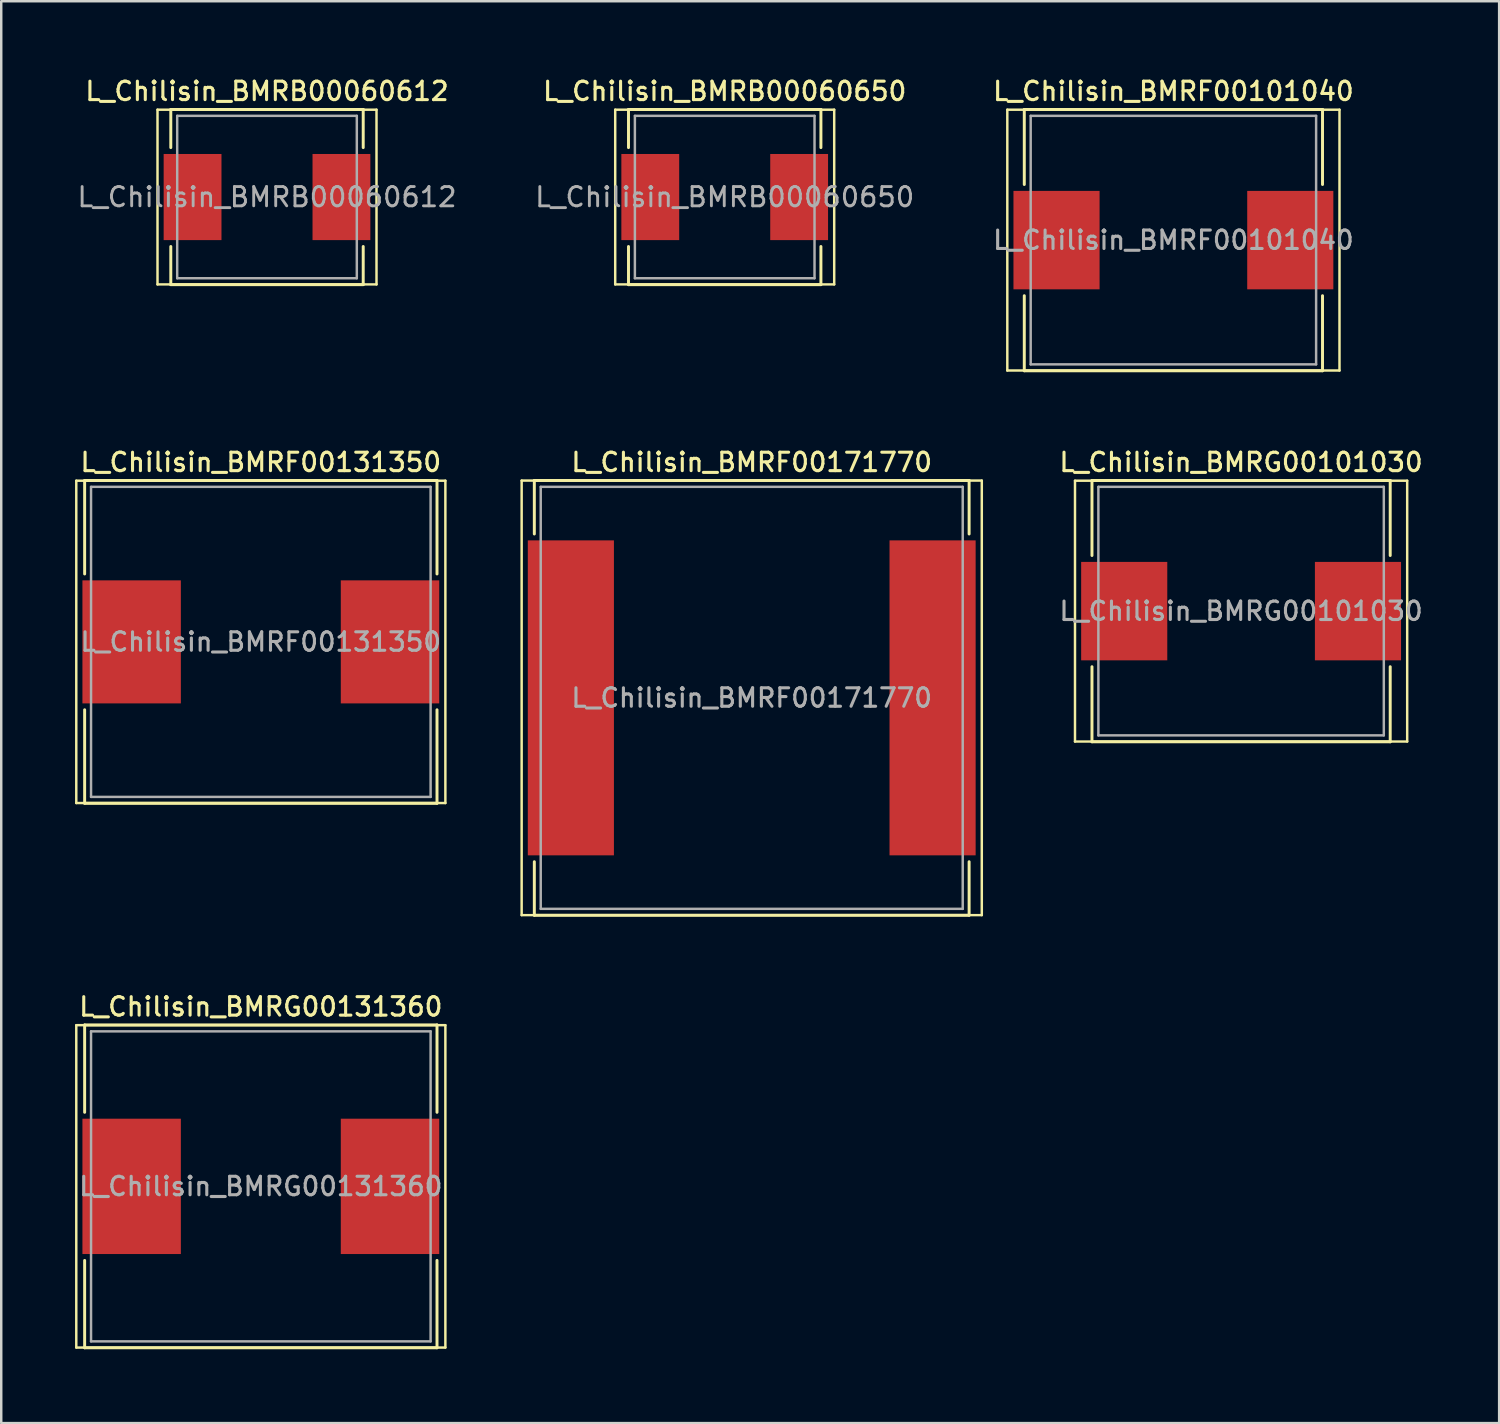
<source format=kicad_pcb>
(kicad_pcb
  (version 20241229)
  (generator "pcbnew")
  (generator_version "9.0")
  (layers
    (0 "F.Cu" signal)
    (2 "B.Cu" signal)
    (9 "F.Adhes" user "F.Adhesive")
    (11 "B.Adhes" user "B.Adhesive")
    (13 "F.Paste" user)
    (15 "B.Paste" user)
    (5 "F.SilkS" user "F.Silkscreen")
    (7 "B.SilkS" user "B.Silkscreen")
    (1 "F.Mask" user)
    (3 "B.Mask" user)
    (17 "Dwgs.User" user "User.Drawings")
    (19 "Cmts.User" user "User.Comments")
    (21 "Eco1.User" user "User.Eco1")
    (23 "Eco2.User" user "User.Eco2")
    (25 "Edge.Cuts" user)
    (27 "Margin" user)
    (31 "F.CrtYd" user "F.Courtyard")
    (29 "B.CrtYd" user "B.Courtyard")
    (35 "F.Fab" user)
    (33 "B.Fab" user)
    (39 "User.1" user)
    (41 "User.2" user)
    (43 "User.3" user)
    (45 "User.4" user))
  (footprint "L_Chilisin_BMRF00101040"
    (layer "F.Cu")
    (at 44.637 6.708)
    (property "Reference" "L_Chilisin_BMRF00101040" (at 0 -6.05 0) (layer "F.SilkS") (effects (font (size 0.75 0.75) (thickness 0.125))))
    (attr smd)
    (fp_line (start -6.75 -5.3) (end -6.75 5.3) (stroke (width 0.1) (type solid)) (layer "F.SilkS"))
    (fp_line (start -6.75 5.3) (end 6.75 5.3) (stroke (width 0.1) (type solid)) (layer "F.SilkS"))
    (fp_line (start -6.06 -5.31) (end -6.06 -2.26) (stroke (width 0.12) (type solid)) (layer "F.SilkS"))
    (fp_line (start -6.06 -5.31) (end 6.06 -5.31) (stroke (width 0.12) (type solid)) (layer "F.SilkS"))
    (fp_line (start -6.06 5.31) (end -6.06 2.26) (stroke (width 0.12) (type solid)) (layer "F.SilkS"))
    (fp_line (start -6.06 5.31) (end 6.06 5.31) (stroke (width 0.12) (type solid)) (layer "F.SilkS"))
    (fp_line (start 6.06 -5.31) (end 6.06 -2.26) (stroke (width 0.12) (type solid)) (layer "F.SilkS"))
    (fp_line (start 6.06 5.31) (end 6.06 2.26) (stroke (width 0.12) (type solid)) (layer "F.SilkS"))
    (fp_line (start 6.75 -5.3) (end -6.75 -5.3) (stroke (width 0.1) (type solid)) (layer "F.SilkS"))
    (fp_line (start 6.75 5.3) (end 6.75 -5.3) (stroke (width 0.1) (type solid)) (layer "F.SilkS"))
    (fp_line (start -5.8 -5.05) (end -5.8 5.05) (stroke (width 0.1) (type solid)) (layer "F.Fab"))
    (fp_line (start -5.8 5.05) (end 5.8 5.05) (stroke (width 0.1) (type solid)) (layer "F.Fab"))
    (fp_line (start 5.8 -5.05) (end -5.8 -5.05) (stroke (width 0.1) (type solid)) (layer "F.Fab"))
    (fp_line (start 5.8 5.05) (end 5.8 -5.05) (stroke (width 0.1) (type solid)) (layer "F.Fab"))
    (fp_text user "${REFERENCE}" (at 0 0 0) (layer "F.Fab") (effects (font (size 0.75 0.75) (thickness 0.125))))
    (pad "1" smd rect (at -4.75 0) (size 3.5 4) (layers "F.Cu" "F.Mask" "F.Paste"))
    (pad "2" smd rect (at 4.75 0) (size 3.5 4) (layers "F.Cu" "F.Mask" "F.Paste")))
  (footprint "L_Chilisin_BMRG00101030"
    (layer "F.Cu")
    (at 47.388 21.786)
    (property "Reference" "L_Chilisin_BMRG00101030" (at 0 -6.05 0) (layer "F.SilkS") (effects (font (size 0.75 0.75) (thickness 0.125))))
    (attr smd)
    (fp_line (start -6.75 -5.3) (end -6.75 5.3) (stroke (width 0.1) (type solid)) (layer "F.SilkS"))
    (fp_line (start -6.75 5.3) (end 6.75 5.3) (stroke (width 0.1) (type solid)) (layer "F.SilkS"))
    (fp_line (start -6.06 -5.31) (end -6.06 -2.26) (stroke (width 0.12) (type solid)) (layer "F.SilkS"))
    (fp_line (start -6.06 -5.31) (end 6.06 -5.31) (stroke (width 0.12) (type solid)) (layer "F.SilkS"))
    (fp_line (start -6.06 5.31) (end -6.06 2.26) (stroke (width 0.12) (type solid)) (layer "F.SilkS"))
    (fp_line (start -6.06 5.31) (end 6.06 5.31) (stroke (width 0.12) (type solid)) (layer "F.SilkS"))
    (fp_line (start 6.06 -5.31) (end 6.06 -2.26) (stroke (width 0.12) (type solid)) (layer "F.SilkS"))
    (fp_line (start 6.06 5.31) (end 6.06 2.26) (stroke (width 0.12) (type solid)) (layer "F.SilkS"))
    (fp_line (start 6.75 -5.3) (end -6.75 -5.3) (stroke (width 0.1) (type solid)) (layer "F.SilkS"))
    (fp_line (start 6.75 5.3) (end 6.75 -5.3) (stroke (width 0.1) (type solid)) (layer "F.SilkS"))
    (fp_line (start -5.8 -5.05) (end -5.8 5.05) (stroke (width 0.1) (type solid)) (layer "F.Fab"))
    (fp_line (start -5.8 5.05) (end 5.8 5.05) (stroke (width 0.1) (type solid)) (layer "F.Fab"))
    (fp_line (start 5.8 -5.05) (end -5.8 -5.05) (stroke (width 0.1) (type solid)) (layer "F.Fab"))
    (fp_line (start 5.8 5.05) (end 5.8 -5.05) (stroke (width 0.1) (type solid)) (layer "F.Fab"))
    (fp_text user "${REFERENCE}" (at 0 0 0) (layer "F.Fab") (effects (font (size 0.75 0.75) (thickness 0.125))))
    (pad "1" smd rect (at -4.75 0) (size 3.5 4) (layers "F.Cu" "F.Mask" "F.Paste"))
    (pad "2" smd rect (at 4.75 0) (size 3.5 4) (layers "F.Cu" "F.Mask" "F.Paste")))
  (footprint "L_Chilisin_BMRG00131360"
    (layer "F.Cu")
    (at 7.55 45.164)
    (property "Reference" "L_Chilisin_BMRG00131360" (at 0 -7.3 0) (layer "F.SilkS") (effects (font (size 0.75 0.75) (thickness 0.125))))
    (attr smd)
    (fp_line (start -7.5 -6.55) (end -7.5 6.55) (stroke (width 0.1) (type solid)) (layer "F.SilkS"))
    (fp_line (start -7.5 6.55) (end 7.5 6.55) (stroke (width 0.1) (type solid)) (layer "F.SilkS"))
    (fp_line (start -7.16 -6.56) (end -7.16 -3.01) (stroke (width 0.12) (type solid)) (layer "F.SilkS"))
    (fp_line (start -7.16 -6.56) (end 7.16 -6.56) (stroke (width 0.12) (type solid)) (layer "F.SilkS"))
    (fp_line (start -7.16 6.56) (end -7.16 3.01) (stroke (width 0.12) (type solid)) (layer "F.SilkS"))
    (fp_line (start -7.16 6.56) (end 7.16 6.56) (stroke (width 0.12) (type solid)) (layer "F.SilkS"))
    (fp_line (start 7.16 -6.56) (end 7.16 -3.01) (stroke (width 0.12) (type solid)) (layer "F.SilkS"))
    (fp_line (start 7.16 6.56) (end 7.16 3.01) (stroke (width 0.12) (type solid)) (layer "F.SilkS"))
    (fp_line (start 7.5 -6.55) (end -7.5 -6.55) (stroke (width 0.1) (type solid)) (layer "F.SilkS"))
    (fp_line (start 7.5 6.55) (end 7.5 -6.55) (stroke (width 0.1) (type solid)) (layer "F.SilkS"))
    (fp_line (start -6.9 -6.3) (end -6.9 6.3) (stroke (width 0.1) (type solid)) (layer "F.Fab"))
    (fp_line (start -6.9 6.3) (end 6.9 6.3) (stroke (width 0.1) (type solid)) (layer "F.Fab"))
    (fp_line (start 6.9 -6.3) (end -6.9 -6.3) (stroke (width 0.1) (type solid)) (layer "F.Fab"))
    (fp_line (start 6.9 6.3) (end 6.9 -6.3) (stroke (width 0.1) (type solid)) (layer "F.Fab"))
    (fp_text user "${REFERENCE}" (at 0 0 0) (layer "F.Fab") (effects (font (size 0.75 0.75) (thickness 0.125))))
    (pad "1" smd rect (at -5.25 0) (size 4 5.5) (layers "F.Cu" "F.Mask" "F.Paste"))
    (pad "2" smd rect (at 5.25 0) (size 4 5.5) (layers "F.Cu" "F.Mask" "F.Paste")))
  (footprint "L_Chilisin_BMRB00060650"
    (layer "F.Cu")
    (at 26.402 4.958)
    (property "Reference" "L_Chilisin_BMRB00060650" (at 0 -4.3 0) (layer "F.SilkS") (effects (font (size 0.75 0.75) (thickness 0.125))))
    (attr smd)
    (fp_line (start -4.45 -3.55) (end -4.45 3.55) (stroke (width 0.1) (type solid)) (layer "F.SilkS"))
    (fp_line (start -4.45 3.55) (end 4.45 3.55) (stroke (width 0.1) (type solid)) (layer "F.SilkS"))
    (fp_line (start -3.91 -3.56) (end -3.91 -2.01) (stroke (width 0.12) (type solid)) (layer "F.SilkS"))
    (fp_line (start -3.91 -3.56) (end 3.91 -3.56) (stroke (width 0.12) (type solid)) (layer "F.SilkS"))
    (fp_line (start -3.91 3.56) (end -3.91 2.01) (stroke (width 0.12) (type solid)) (layer "F.SilkS"))
    (fp_line (start -3.91 3.56) (end 3.91 3.56) (stroke (width 0.12) (type solid)) (layer "F.SilkS"))
    (fp_line (start 3.91 -3.56) (end 3.91 -2.01) (stroke (width 0.12) (type solid)) (layer "F.SilkS"))
    (fp_line (start 3.91 3.56) (end 3.91 2.01) (stroke (width 0.12) (type solid)) (layer "F.SilkS"))
    (fp_line (start 4.45 -3.55) (end -4.45 -3.55) (stroke (width 0.1) (type solid)) (layer "F.SilkS"))
    (fp_line (start 4.45 3.55) (end 4.45 -3.55) (stroke (width 0.1) (type solid)) (layer "F.SilkS"))
    (fp_line (start -3.65 -3.3) (end -3.65 3.3) (stroke (width 0.1) (type solid)) (layer "F.Fab"))
    (fp_line (start -3.65 3.3) (end 3.65 3.3) (stroke (width 0.1) (type solid)) (layer "F.Fab"))
    (fp_line (start 3.65 -3.3) (end -3.65 -3.3) (stroke (width 0.1) (type solid)) (layer "F.Fab"))
    (fp_line (start 3.65 3.3) (end 3.65 -3.3) (stroke (width 0.1) (type solid)) (layer "F.Fab"))
    (fp_text user "${REFERENCE}" (at 0 0 0) (layer "F.Fab") (effects (font (size 0.783 0.783) (thickness 0.117))))
    (pad "1" smd rect (at -3.025 0) (size 2.35 3.5) (layers "F.Cu" "F.Mask" "F.Paste"))
    (pad "2" smd rect (at 3.025 0) (size 2.35 3.5) (layers "F.Cu" "F.Mask" "F.Paste")))
  (footprint "L_Chilisin_BMRF00131350"
    (layer "F.Cu")
    (at 7.55 23.036)
    (property "Reference" "L_Chilisin_BMRF00131350" (at 0 -7.3 0) (layer "F.SilkS") (effects (font (size 0.75 0.75) (thickness 0.125))))
    (attr smd)
    (fp_line (start -7.5 -6.55) (end -7.5 6.55) (stroke (width 0.1) (type solid)) (layer "F.SilkS"))
    (fp_line (start -7.5 6.55) (end 7.5 6.55) (stroke (width 0.1) (type solid)) (layer "F.SilkS"))
    (fp_line (start -7.16 -6.56) (end -7.16 -2.76) (stroke (width 0.12) (type solid)) (layer "F.SilkS"))
    (fp_line (start -7.16 -6.56) (end 7.16 -6.56) (stroke (width 0.12) (type solid)) (layer "F.SilkS"))
    (fp_line (start -7.16 6.56) (end -7.16 2.76) (stroke (width 0.12) (type solid)) (layer "F.SilkS"))
    (fp_line (start -7.16 6.56) (end 7.16 6.56) (stroke (width 0.12) (type solid)) (layer "F.SilkS"))
    (fp_line (start 7.16 -6.56) (end 7.16 -2.76) (stroke (width 0.12) (type solid)) (layer "F.SilkS"))
    (fp_line (start 7.16 6.56) (end 7.16 2.76) (stroke (width 0.12) (type solid)) (layer "F.SilkS"))
    (fp_line (start 7.5 -6.55) (end -7.5 -6.55) (stroke (width 0.1) (type solid)) (layer "F.SilkS"))
    (fp_line (start 7.5 6.55) (end 7.5 -6.55) (stroke (width 0.1) (type solid)) (layer "F.SilkS"))
    (fp_line (start -6.9 -6.3) (end -6.9 6.3) (stroke (width 0.1) (type solid)) (layer "F.Fab"))
    (fp_line (start -6.9 6.3) (end 6.9 6.3) (stroke (width 0.1) (type solid)) (layer "F.Fab"))
    (fp_line (start 6.9 -6.3) (end -6.9 -6.3) (stroke (width 0.1) (type solid)) (layer "F.Fab"))
    (fp_line (start 6.9 6.3) (end 6.9 -6.3) (stroke (width 0.1) (type solid)) (layer "F.Fab"))
    (fp_text user "${REFERENCE}" (at 0 0 0) (layer "F.Fab") (effects (font (size 0.75 0.75) (thickness 0.125))))
    (pad "1" smd rect (at -5.25 0) (size 4 5) (layers "F.Cu" "F.Mask" "F.Paste"))
    (pad "2" smd rect (at 5.25 0) (size 4 5) (layers "F.Cu" "F.Mask" "F.Paste")))
  (footprint "L_Chilisin_BMRF00171770"
    (layer "F.Cu")
    (at 27.5 25.311)
    (property "Reference" "L_Chilisin_BMRF00171770" (at 0 -9.575 0) (layer "F.SilkS") (effects (font (size 0.75 0.75) (thickness 0.125))))
    (attr smd)
    (fp_line (start -9.35 -8.83) (end -9.35 8.83) (stroke (width 0.1) (type solid)) (layer "F.SilkS"))
    (fp_line (start -9.35 8.83) (end 9.35 8.83) (stroke (width 0.1) (type solid)) (layer "F.SilkS"))
    (fp_line (start -8.835 -8.835) (end -8.835 -6.66) (stroke (width 0.12) (type solid)) (layer "F.SilkS"))
    (fp_line (start -8.835 -8.835) (end 8.835 -8.835) (stroke (width 0.12) (type solid)) (layer "F.SilkS"))
    (fp_line (start -8.835 8.835) (end -8.835 6.66) (stroke (width 0.12) (type solid)) (layer "F.SilkS"))
    (fp_line (start -8.835 8.835) (end 8.835 8.835) (stroke (width 0.12) (type solid)) (layer "F.SilkS"))
    (fp_line (start 8.835 -8.835) (end 8.835 -6.66) (stroke (width 0.12) (type solid)) (layer "F.SilkS"))
    (fp_line (start 8.835 8.835) (end 8.835 6.66) (stroke (width 0.12) (type solid)) (layer "F.SilkS"))
    (fp_line (start 9.35 -8.83) (end -9.35 -8.83) (stroke (width 0.1) (type solid)) (layer "F.SilkS"))
    (fp_line (start 9.35 8.83) (end 9.35 -8.83) (stroke (width 0.1) (type solid)) (layer "F.SilkS"))
    (fp_line (start -8.575 -8.575) (end -8.575 8.575) (stroke (width 0.1) (type solid)) (layer "F.Fab"))
    (fp_line (start -8.575 8.575) (end 8.575 8.575) (stroke (width 0.1) (type solid)) (layer "F.Fab"))
    (fp_line (start 8.575 -8.575) (end -8.575 -8.575) (stroke (width 0.1) (type solid)) (layer "F.Fab"))
    (fp_line (start 8.575 8.575) (end 8.575 -8.575) (stroke (width 0.1) (type solid)) (layer "F.Fab"))
    (fp_text user "${REFERENCE}" (at 0 0 0) (layer "F.Fab") (effects (font (size 0.75 0.75) (thickness 0.125))))
    (pad "1" smd rect (at -7.35 0) (size 3.5 12.8) (layers "F.Cu" "F.Mask" "F.Paste"))
    (pad "2" smd rect (at 7.35 0) (size 3.5 12.8) (layers "F.Cu" "F.Mask" "F.Paste")))
  (footprint "L_Chilisin_BMRB00060612"
    (layer "F.Cu")
    (at 7.801 4.958)
    (property "Reference" "L_Chilisin_BMRB00060612" (at 0 -4.3 0) (layer "F.SilkS") (effects (font (size 0.75 0.75) (thickness 0.125))))
    (attr smd)
    (fp_line (start -4.45 -3.55) (end -4.45 3.55) (stroke (width 0.1) (type solid)) (layer "F.SilkS"))
    (fp_line (start -4.45 3.55) (end 4.45 3.55) (stroke (width 0.1) (type solid)) (layer "F.SilkS"))
    (fp_line (start -3.91 -3.56) (end -3.91 -2.01) (stroke (width 0.12) (type solid)) (layer "F.SilkS"))
    (fp_line (start -3.91 -3.56) (end 3.91 -3.56) (stroke (width 0.12) (type solid)) (layer "F.SilkS"))
    (fp_line (start -3.91 3.56) (end -3.91 2.01) (stroke (width 0.12) (type solid)) (layer "F.SilkS"))
    (fp_line (start -3.91 3.56) (end 3.91 3.56) (stroke (width 0.12) (type solid)) (layer "F.SilkS"))
    (fp_line (start 3.91 -3.56) (end 3.91 -2.01) (stroke (width 0.12) (type solid)) (layer "F.SilkS"))
    (fp_line (start 3.91 3.56) (end 3.91 2.01) (stroke (width 0.12) (type solid)) (layer "F.SilkS"))
    (fp_line (start 4.45 -3.55) (end -4.45 -3.55) (stroke (width 0.1) (type solid)) (layer "F.SilkS"))
    (fp_line (start 4.45 3.55) (end 4.45 -3.55) (stroke (width 0.1) (type solid)) (layer "F.SilkS"))
    (fp_line (start -3.65 -3.3) (end -3.65 3.3) (stroke (width 0.1) (type solid)) (layer "F.Fab"))
    (fp_line (start -3.65 3.3) (end 3.65 3.3) (stroke (width 0.1) (type solid)) (layer "F.Fab"))
    (fp_line (start 3.65 -3.3) (end -3.65 -3.3) (stroke (width 0.1) (type solid)) (layer "F.Fab"))
    (fp_line (start 3.65 3.3) (end 3.65 -3.3) (stroke (width 0.1) (type solid)) (layer "F.Fab"))
    (fp_text user "${REFERENCE}" (at 0 0 0) (layer "F.Fab") (effects (font (size 0.783 0.783) (thickness 0.117))))
    (pad "1" smd rect (at -3.025 0) (size 2.35 3.5) (layers "F.Cu" "F.Mask" "F.Paste"))
    (pad "2" smd rect (at 3.025 0) (size 2.35 3.5) (layers "F.Cu" "F.Mask" "F.Paste")))
  (gr_rect
    (start -3 -3)
    (end 57.875 54.784)
    (stroke (width 0.1) (type default))
    (fill no)
    (layer "Edge.Cuts")))
</source>
